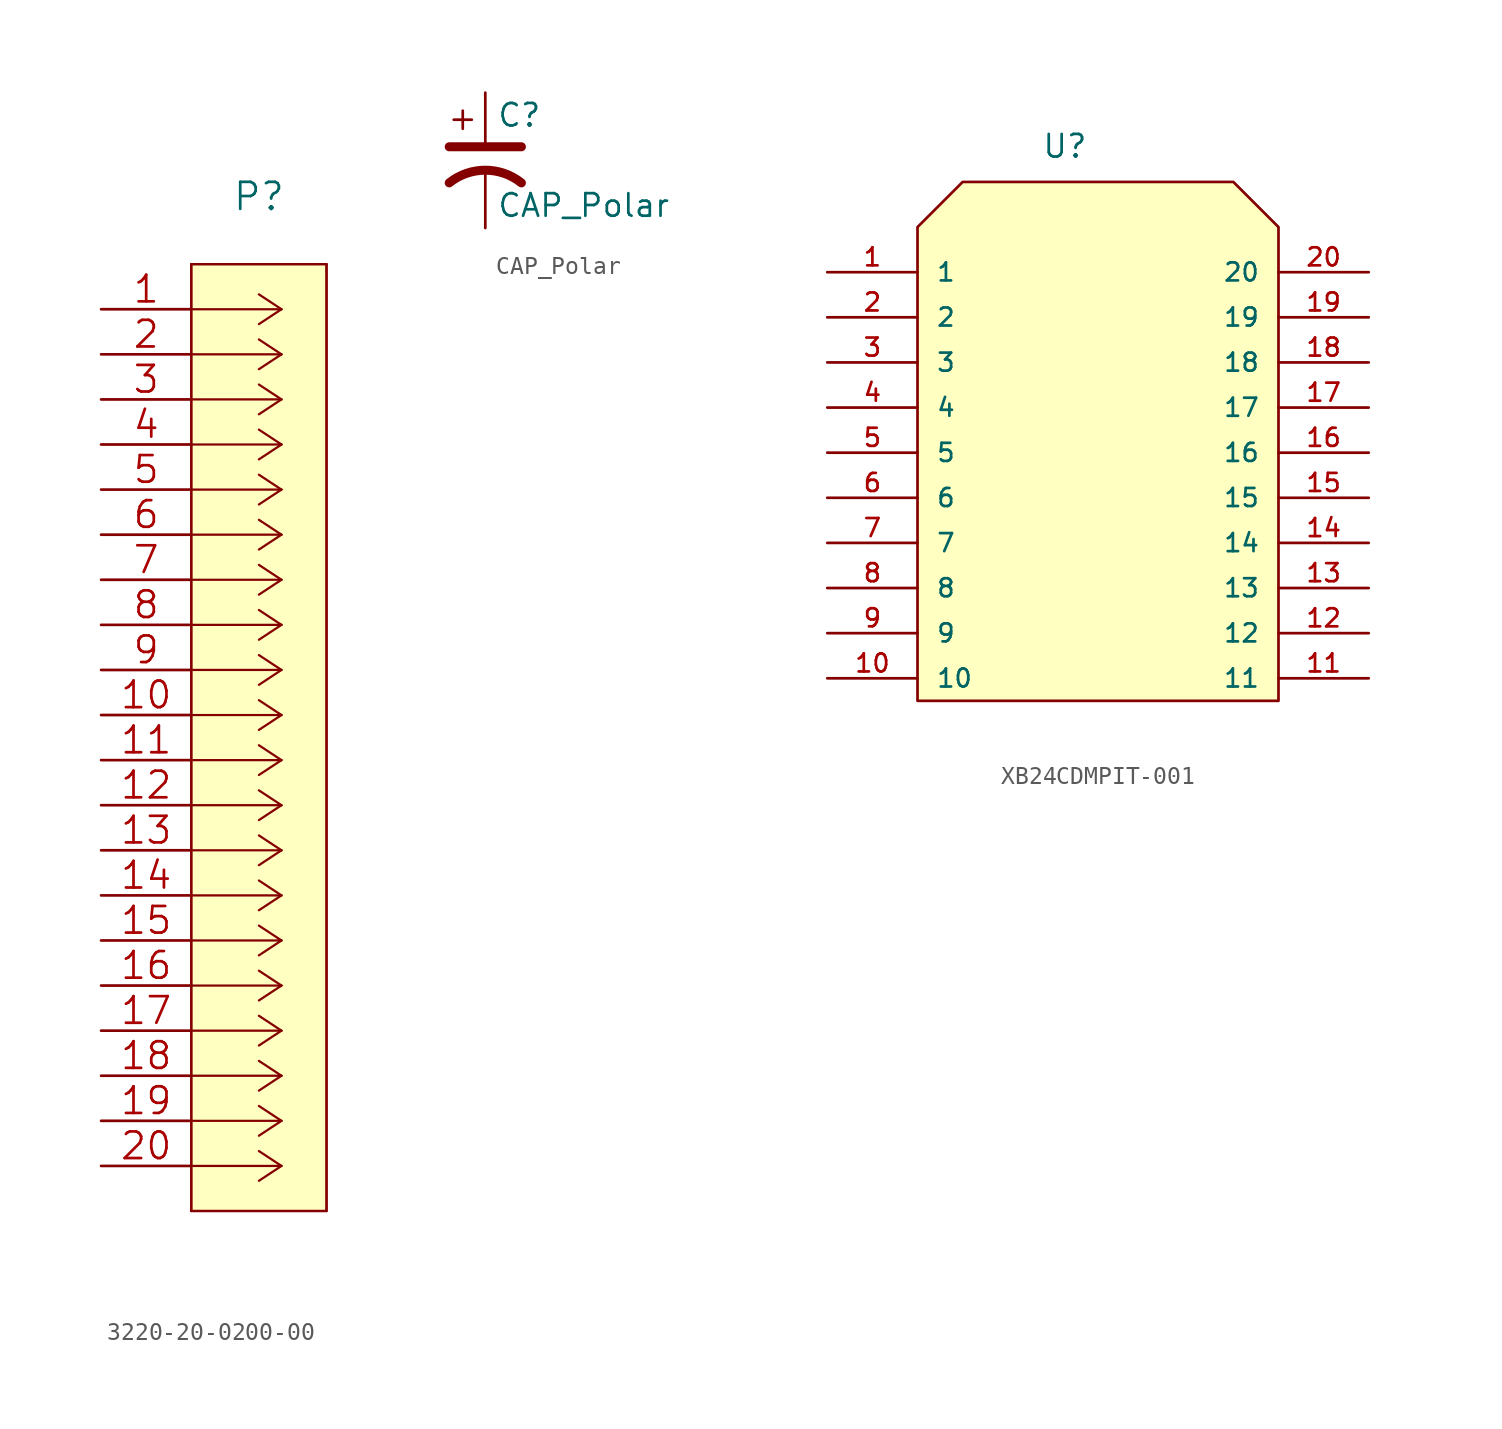
<source format=kicad_sym>
(kicad_symbol_lib
  (version 20211014)
  (generator kicad_symbol_editor)
  (symbol "3220-20-0200-00"
    (pin_names
      (offset 0.254) hide)
    (property "Reference" "P"
      (at 8.89 6.35 0)
      (effects (font (size 1.524 1.524))))
    (symbol "3220-20-0200-00_1_1"
      (polyline (pts (xy 5.08 -50.8) (xy 12.7 -50.8)) (stroke (width 0.127) (type default) (color 0 0 0 0)) (fill (type none)))
      (polyline (pts (xy 5.08 2.54) (xy 5.08 -50.8)) (stroke (width 0.127) (type default) (color 0 0 0 0)) (fill (type none)))
      (polyline (pts (xy 10.16 -48.26) (xy 5.08 -48.26)) (stroke (width 0.127) (type default) (color 0 0 0 0)) (fill (type none)))
      (polyline (pts (xy 10.16 -48.26) (xy 8.89 -49.098)) (stroke (width 0.127) (type default) (color 0 0 0 0)) (fill (type none)))
      (polyline (pts (xy 10.16 -48.26) (xy 8.89 -47.422)) (stroke (width 0.127) (type default) (color 0 0 0 0)) (fill (type none)))
      (polyline (pts (xy 10.16 -45.72) (xy 5.08 -45.72)) (stroke (width 0.127) (type default) (color 0 0 0 0)) (fill (type none)))
      (polyline (pts (xy 10.16 -45.72) (xy 8.89 -46.558)) (stroke (width 0.127) (type default) (color 0 0 0 0)) (fill (type none)))
      (polyline (pts (xy 10.16 -45.72) (xy 8.89 -44.882)) (stroke (width 0.127) (type default) (color 0 0 0 0)) (fill (type none)))
      (polyline (pts (xy 10.16 -43.18) (xy 5.08 -43.18)) (stroke (width 0.127) (type default) (color 0 0 0 0)) (fill (type none)))
      (polyline (pts (xy 10.16 -43.18) (xy 8.89 -44.018)) (stroke (width 0.127) (type default) (color 0 0 0 0)) (fill (type none)))
      (polyline (pts (xy 10.16 -43.18) (xy 8.89 -42.342)) (stroke (width 0.127) (type default) (color 0 0 0 0)) (fill (type none)))
      (polyline (pts (xy 10.16 -40.64) (xy 5.08 -40.64)) (stroke (width 0.127) (type default) (color 0 0 0 0)) (fill (type none)))
      (polyline (pts (xy 10.16 -40.64) (xy 8.89 -41.478)) (stroke (width 0.127) (type default) (color 0 0 0 0)) (fill (type none)))
      (polyline (pts (xy 10.16 -40.64) (xy 8.89 -39.802)) (stroke (width 0.127) (type default) (color 0 0 0 0)) (fill (type none)))
      (polyline (pts (xy 10.16 -38.1) (xy 5.08 -38.1)) (stroke (width 0.127) (type default) (color 0 0 0 0)) (fill (type none)))
      (polyline (pts (xy 10.16 -38.1) (xy 8.89 -38.938)) (stroke (width 0.127) (type default) (color 0 0 0 0)) (fill (type none)))
      (polyline (pts (xy 10.16 -38.1) (xy 8.89 -37.262)) (stroke (width 0.127) (type default) (color 0 0 0 0)) (fill (type none)))
      (polyline (pts (xy 10.16 -35.56) (xy 5.08 -35.56)) (stroke (width 0.127) (type default) (color 0 0 0 0)) (fill (type none)))
      (polyline (pts (xy 10.16 -35.56) (xy 8.89 -36.398)) (stroke (width 0.127) (type default) (color 0 0 0 0)) (fill (type none)))
      (polyline (pts (xy 10.16 -35.56) (xy 8.89 -34.722)) (stroke (width 0.127) (type default) (color 0 0 0 0)) (fill (type none)))
      (polyline (pts (xy 10.16 -33.02) (xy 5.08 -33.02)) (stroke (width 0.127) (type default) (color 0 0 0 0)) (fill (type none)))
      (polyline (pts (xy 10.16 -33.02) (xy 8.89 -33.858)) (stroke (width 0.127) (type default) (color 0 0 0 0)) (fill (type none)))
      (polyline (pts (xy 10.16 -33.02) (xy 8.89 -32.182)) (stroke (width 0.127) (type default) (color 0 0 0 0)) (fill (type none)))
      (polyline (pts (xy 10.16 -30.48) (xy 5.08 -30.48)) (stroke (width 0.127) (type default) (color 0 0 0 0)) (fill (type none)))
      (polyline (pts (xy 10.16 -30.48) (xy 8.89 -31.318)) (stroke (width 0.127) (type default) (color 0 0 0 0)) (fill (type none)))
      (polyline (pts (xy 10.16 -30.48) (xy 8.89 -29.642)) (stroke (width 0.127) (type default) (color 0 0 0 0)) (fill (type none)))
      (polyline (pts (xy 10.16 -27.94) (xy 5.08 -27.94)) (stroke (width 0.127) (type default) (color 0 0 0 0)) (fill (type none)))
      (polyline (pts (xy 10.16 -27.94) (xy 8.89 -28.778)) (stroke (width 0.127) (type default) (color 0 0 0 0)) (fill (type none)))
      (polyline (pts (xy 10.16 -27.94) (xy 8.89 -27.102)) (stroke (width 0.127) (type default) (color 0 0 0 0)) (fill (type none)))
      (polyline (pts (xy 10.16 -25.4) (xy 5.08 -25.4)) (stroke (width 0.127) (type default) (color 0 0 0 0)) (fill (type none)))
      (polyline (pts (xy 10.16 -25.4) (xy 8.89 -26.238)) (stroke (width 0.127) (type default) (color 0 0 0 0)) (fill (type none)))
      (polyline (pts (xy 10.16 -25.4) (xy 8.89 -24.562)) (stroke (width 0.127) (type default) (color 0 0 0 0)) (fill (type none)))
      (polyline (pts (xy 10.16 -22.86) (xy 5.08 -22.86)) (stroke (width 0.127) (type default) (color 0 0 0 0)) (fill (type none)))
      (polyline (pts (xy 10.16 -22.86) (xy 8.89 -23.698)) (stroke (width 0.127) (type default) (color 0 0 0 0)) (fill (type none)))
      (polyline (pts (xy 10.16 -22.86) (xy 8.89 -22.022)) (stroke (width 0.127) (type default) (color 0 0 0 0)) (fill (type none)))
      (polyline (pts (xy 10.16 -20.32) (xy 5.08 -20.32)) (stroke (width 0.127) (type default) (color 0 0 0 0)) (fill (type none)))
      (polyline (pts (xy 10.16 -20.32) (xy 8.89 -21.158)) (stroke (width 0.127) (type default) (color 0 0 0 0)) (fill (type none)))
      (polyline (pts (xy 10.16 -20.32) (xy 8.89 -19.482)) (stroke (width 0.127) (type default) (color 0 0 0 0)) (fill (type none)))
      (polyline (pts (xy 10.16 -17.78) (xy 5.08 -17.78)) (stroke (width 0.127) (type default) (color 0 0 0 0)) (fill (type none)))
      (polyline (pts (xy 10.16 -17.78) (xy 8.89 -18.618)) (stroke (width 0.127) (type default) (color 0 0 0 0)) (fill (type none)))
      (polyline (pts (xy 10.16 -17.78) (xy 8.89 -16.942)) (stroke (width 0.127) (type default) (color 0 0 0 0)) (fill (type none)))
      (polyline (pts (xy 10.16 -15.24) (xy 5.08 -15.24)) (stroke (width 0.127) (type default) (color 0 0 0 0)) (fill (type none)))
      (polyline (pts (xy 10.16 -15.24) (xy 8.89 -16.078)) (stroke (width 0.127) (type default) (color 0 0 0 0)) (fill (type none)))
      (polyline (pts (xy 10.16 -15.24) (xy 8.89 -14.402)) (stroke (width 0.127) (type default) (color 0 0 0 0)) (fill (type none)))
      (polyline (pts (xy 10.16 -12.7) (xy 5.08 -12.7)) (stroke (width 0.127) (type default) (color 0 0 0 0)) (fill (type none)))
      (polyline (pts (xy 10.16 -12.7) (xy 8.89 -13.538)) (stroke (width 0.127) (type default) (color 0 0 0 0)) (fill (type none)))
      (polyline (pts (xy 10.16 -12.7) (xy 8.89 -11.862)) (stroke (width 0.127) (type default) (color 0 0 0 0)) (fill (type none)))
      (polyline (pts (xy 10.16 -10.16) (xy 5.08 -10.16)) (stroke (width 0.127) (type default) (color 0 0 0 0)) (fill (type none)))
      (polyline (pts (xy 10.16 -10.16) (xy 8.89 -10.998)) (stroke (width 0.127) (type default) (color 0 0 0 0)) (fill (type none)))
      (polyline (pts (xy 10.16 -10.16) (xy 8.89 -9.322)) (stroke (width 0.127) (type default) (color 0 0 0 0)) (fill (type none)))
      (polyline (pts (xy 10.16 -7.62) (xy 5.08 -7.62)) (stroke (width 0.127) (type default) (color 0 0 0 0)) (fill (type none)))
      (polyline (pts (xy 10.16 -7.62) (xy 8.89 -8.458)) (stroke (width 0.127) (type default) (color 0 0 0 0)) (fill (type none)))
      (polyline (pts (xy 10.16 -7.62) (xy 8.89 -6.782)) (stroke (width 0.127) (type default) (color 0 0 0 0)) (fill (type none)))
      (polyline (pts (xy 10.16 -5.08) (xy 5.08 -5.08)) (stroke (width 0.127) (type default) (color 0 0 0 0)) (fill (type none)))
      (polyline (pts (xy 10.16 -5.08) (xy 8.89 -5.918)) (stroke (width 0.127) (type default) (color 0 0 0 0)) (fill (type none)))
      (polyline (pts (xy 10.16 -5.08) (xy 8.89 -4.242)) (stroke (width 0.127) (type default) (color 0 0 0 0)) (fill (type none)))
      (polyline (pts (xy 10.16 -2.54) (xy 5.08 -2.54)) (stroke (width 0.127) (type default) (color 0 0 0 0)) (fill (type none)))
      (polyline (pts (xy 10.16 -2.54) (xy 8.89 -3.378)) (stroke (width 0.127) (type default) (color 0 0 0 0)) (fill (type none)))
      (polyline (pts (xy 10.16 -2.54) (xy 8.89 -1.702)) (stroke (width 0.127) (type default) (color 0 0 0 0)) (fill (type none)))
      (polyline (pts (xy 10.16 0) (xy 5.08 0)) (stroke (width 0.127) (type default) (color 0 0 0 0)) (fill (type none)))
      (polyline (pts (xy 10.16 0) (xy 8.89 -0.838)) (stroke (width 0.127) (type default) (color 0 0 0 0)) (fill (type none)))
      (polyline (pts (xy 10.16 0) (xy 8.89 0.838)) (stroke (width 0.127) (type default) (color 0 0 0 0)) (fill (type none)))
      (polyline (pts (xy 12.7 -50.8) (xy 12.7 2.54)) (stroke (width 0.127) (type default) (color 0 0 0 0)) (fill (type none)))
      (polyline (pts (xy 12.7 2.54) (xy 5.08 2.54)) (stroke (width 0.127) (type default) (color 0 0 0 0)) (fill (type background)))
      (rectangle (start 5.08 2.54) (end 12.7 -50.8) (stroke (width 0.127) (type default) (color 0 0 0 0)) (fill (type background)))
      (pin passive line (at 0 0 0) (length 5.08) (name "1" (effects (font (size 1.499 1.499)))) (number "1" (effects (font (size 1.499 1.499)))))
      (pin passive line (at 0 -22.86 0) (length 5.08) (name "10" (effects (font (size 1.499 1.499)))) (number "10" (effects (font (size 1.499 1.499)))))
      (pin passive line (at 0 -25.4 0) (length 5.08) (name "11" (effects (font (size 1.499 1.499)))) (number "11" (effects (font (size 1.499 1.499)))))
      (pin passive line (at 0 -27.94 0) (length 5.08) (name "12" (effects (font (size 1.499 1.499)))) (number "12" (effects (font (size 1.499 1.499)))))
      (pin passive line (at 0 -30.48 0) (length 5.08) (name "13" (effects (font (size 1.499 1.499)))) (number "13" (effects (font (size 1.499 1.499)))))
      (pin passive line (at 0 -33.02 0) (length 5.08) (name "14" (effects (font (size 1.499 1.499)))) (number "14" (effects (font (size 1.499 1.499)))))
      (pin passive line (at 0 -35.56 0) (length 5.08) (name "15" (effects (font (size 1.499 1.499)))) (number "15" (effects (font (size 1.499 1.499)))))
      (pin passive line (at 0 -38.1 0) (length 5.08) (name "16" (effects (font (size 1.499 1.499)))) (number "16" (effects (font (size 1.499 1.499)))))
      (pin passive line (at 0 -40.64 0) (length 5.08) (name "17" (effects (font (size 1.499 1.499)))) (number "17" (effects (font (size 1.499 1.499)))))
      (pin passive line (at 0 -43.18 0) (length 5.08) (name "18" (effects (font (size 1.499 1.499)))) (number "18" (effects (font (size 1.499 1.499)))))
      (pin passive line (at 0 -45.72 0) (length 5.08) (name "19" (effects (font (size 1.499 1.499)))) (number "19" (effects (font (size 1.499 1.499)))))
      (pin passive line (at 0 -2.54 0) (length 5.08) (name "2" (effects (font (size 1.499 1.499)))) (number "2" (effects (font (size 1.499 1.499)))))
      (pin passive line (at 0 -48.26 0) (length 5.08) (name "20" (effects (font (size 1.499 1.499)))) (number "20" (effects (font (size 1.499 1.499)))))
      (pin passive line (at 0 -5.08 0) (length 5.08) (name "3" (effects (font (size 1.499 1.499)))) (number "3" (effects (font (size 1.499 1.499)))))
      (pin passive line (at 0 -7.62 0) (length 5.08) (name "4" (effects (font (size 1.499 1.499)))) (number "4" (effects (font (size 1.499 1.499)))))
      (pin passive line (at 0 -10.16 0) (length 5.08) (name "5" (effects (font (size 1.499 1.499)))) (number "5" (effects (font (size 1.499 1.499)))))
      (pin passive line (at 0 -12.7 0) (length 5.08) (name "6" (effects (font (size 1.499 1.499)))) (number "6" (effects (font (size 1.499 1.499)))))
      (pin passive line (at 0 -15.24 0) (length 5.08) (name "7" (effects (font (size 1.499 1.499)))) (number "7" (effects (font (size 1.499 1.499)))))
      (pin passive line (at 0 -17.78 0) (length 5.08) (name "8" (effects (font (size 1.499 1.499)))) (number "8" (effects (font (size 1.499 1.499)))))
      (pin passive line (at 0 -20.32 0) (length 5.08) (name "9" (effects (font (size 1.499 1.499)))) (number "9" (effects (font (size 1.499 1.499)))))))
  (symbol "CAP_Polar"
    (pin_numbers hide)
    (pin_names
      (offset 0.254) hide)
    (property "Reference" "C"
      (at 0.635 2.54 0)
      (effects (font (size 1.27 1.27)) (justify left)))
    (property "Value" "CAP_Polar"
      (at 0.635 -2.54 0)
      (effects (font (size 1.27 1.27)) (justify left)))
    (symbol "CAP_Polar_0_1"
      (polyline (pts (xy -2.032 0.762) (xy 2.032 0.762)) (stroke (width 0.508) (type default) (color 0 0 0 0)) (fill (type none)))
      (polyline (pts (xy -1.778 2.286) (xy -0.762 2.286)) (stroke (width 0) (type default) (color 0 0 0 0)) (fill (type none)))
      (polyline (pts (xy -1.27 1.778) (xy -1.27 2.794)) (stroke (width 0) (type default) (color 0 0 0 0)) (fill (type none)))
      (arc (start 2.032 -1.27) (mid 0 -0.5572) (end -2.032 -1.27) (stroke (width 0.508) (type default) (color 0 0 0 0)) (fill (type none))))
    (symbol "CAP_Polar_1_1"
      (pin passive line (at 0 3.81 270) (length 2.794) (name "~" (effects (font (size 1.27 1.27)))) (number "1" (effects (font (size 1.27 1.27)))))
      (pin passive line (at 0 -3.81 90) (length 3.302) (name "~" (effects (font (size 1.27 1.27)))) (number "2" (effects (font (size 1.27 1.27)))))))
  (symbol "XB24CDMPIT-001"
    (pin_names
      (offset 1.016))
    (property "Reference" "U"
      (at -3.175 16.51 0)
      (effects (font (size 1.27 1.27)) (justify left bottom)))
    (symbol "XB24CDMPIT-001_0_0"
      (pin bidirectional line (at -15.24 10.16 0) (length 5.08) (name "1" (effects (font (size 1.016 1.016)))) (number "1" (effects (font (size 1.016 1.016)))))
      (pin bidirectional line (at -15.24 -12.7 0) (length 5.08) (name "10" (effects (font (size 1.016 1.016)))) (number "10" (effects (font (size 1.016 1.016)))))
      (pin bidirectional line (at 15.24 -12.7 180) (length 5.08) (name "11" (effects (font (size 1.016 1.016)))) (number "11" (effects (font (size 1.016 1.016)))))
      (pin bidirectional line (at 15.24 -10.16 180) (length 5.08) (name "12" (effects (font (size 1.016 1.016)))) (number "12" (effects (font (size 1.016 1.016)))))
      (pin bidirectional line (at 15.24 -7.62 180) (length 5.08) (name "13" (effects (font (size 1.016 1.016)))) (number "13" (effects (font (size 1.016 1.016)))))
      (pin bidirectional line (at 15.24 -5.08 180) (length 5.08) (name "14" (effects (font (size 1.016 1.016)))) (number "14" (effects (font (size 1.016 1.016)))))
      (pin bidirectional line (at 15.24 -2.54 180) (length 5.08) (name "15" (effects (font (size 1.016 1.016)))) (number "15" (effects (font (size 1.016 1.016)))))
      (pin bidirectional line (at 15.24 0 180) (length 5.08) (name "16" (effects (font (size 1.016 1.016)))) (number "16" (effects (font (size 1.016 1.016)))))
      (pin bidirectional line (at 15.24 2.54 180) (length 5.08) (name "17" (effects (font (size 1.016 1.016)))) (number "17" (effects (font (size 1.016 1.016)))))
      (pin bidirectional line (at 15.24 5.08 180) (length 5.08) (name "18" (effects (font (size 1.016 1.016)))) (number "18" (effects (font (size 1.016 1.016)))))
      (pin bidirectional line (at 15.24 7.62 180) (length 5.08) (name "19" (effects (font (size 1.016 1.016)))) (number "19" (effects (font (size 1.016 1.016)))))
      (pin bidirectional line (at -15.24 7.62 0) (length 5.08) (name "2" (effects (font (size 1.016 1.016)))) (number "2" (effects (font (size 1.016 1.016)))))
      (pin bidirectional line (at 15.24 10.16 180) (length 5.08) (name "20" (effects (font (size 1.016 1.016)))) (number "20" (effects (font (size 1.016 1.016)))))
      (pin bidirectional line (at -15.24 5.08 0) (length 5.08) (name "3" (effects (font (size 1.016 1.016)))) (number "3" (effects (font (size 1.016 1.016)))))
      (pin bidirectional line (at -15.24 2.54 0) (length 5.08) (name "4" (effects (font (size 1.016 1.016)))) (number "4" (effects (font (size 1.016 1.016)))))
      (pin bidirectional line (at -15.24 0 0) (length 5.08) (name "5" (effects (font (size 1.016 1.016)))) (number "5" (effects (font (size 1.016 1.016)))))
      (pin bidirectional line (at -15.24 -2.54 0) (length 5.08) (name "6" (effects (font (size 1.016 1.016)))) (number "6" (effects (font (size 1.016 1.016)))))
      (pin bidirectional line (at -15.24 -5.08 0) (length 5.08) (name "7" (effects (font (size 1.016 1.016)))) (number "7" (effects (font (size 1.016 1.016)))))
      (pin bidirectional line (at -15.24 -7.62 0) (length 5.08) (name "8" (effects (font (size 1.016 1.016)))) (number "8" (effects (font (size 1.016 1.016)))))
      (pin bidirectional line (at -15.24 -10.16 0) (length 5.08) (name "9" (effects (font (size 1.016 1.016)))) (number "9" (effects (font (size 1.016 1.016))))))
    (symbol "XB24CDMPIT-001_1_1"
      (polyline (pts (xy -10.16 -13.97) (xy -10.16 12.7) (xy -7.62 15.24) (xy 7.62 15.24) (xy 10.16 12.7) (xy 10.16 -13.97) (xy -10.16 -13.97)) (stroke (width 0.152) (type default) (color 0 0 0 0)) (fill (type background))))))
</source>
